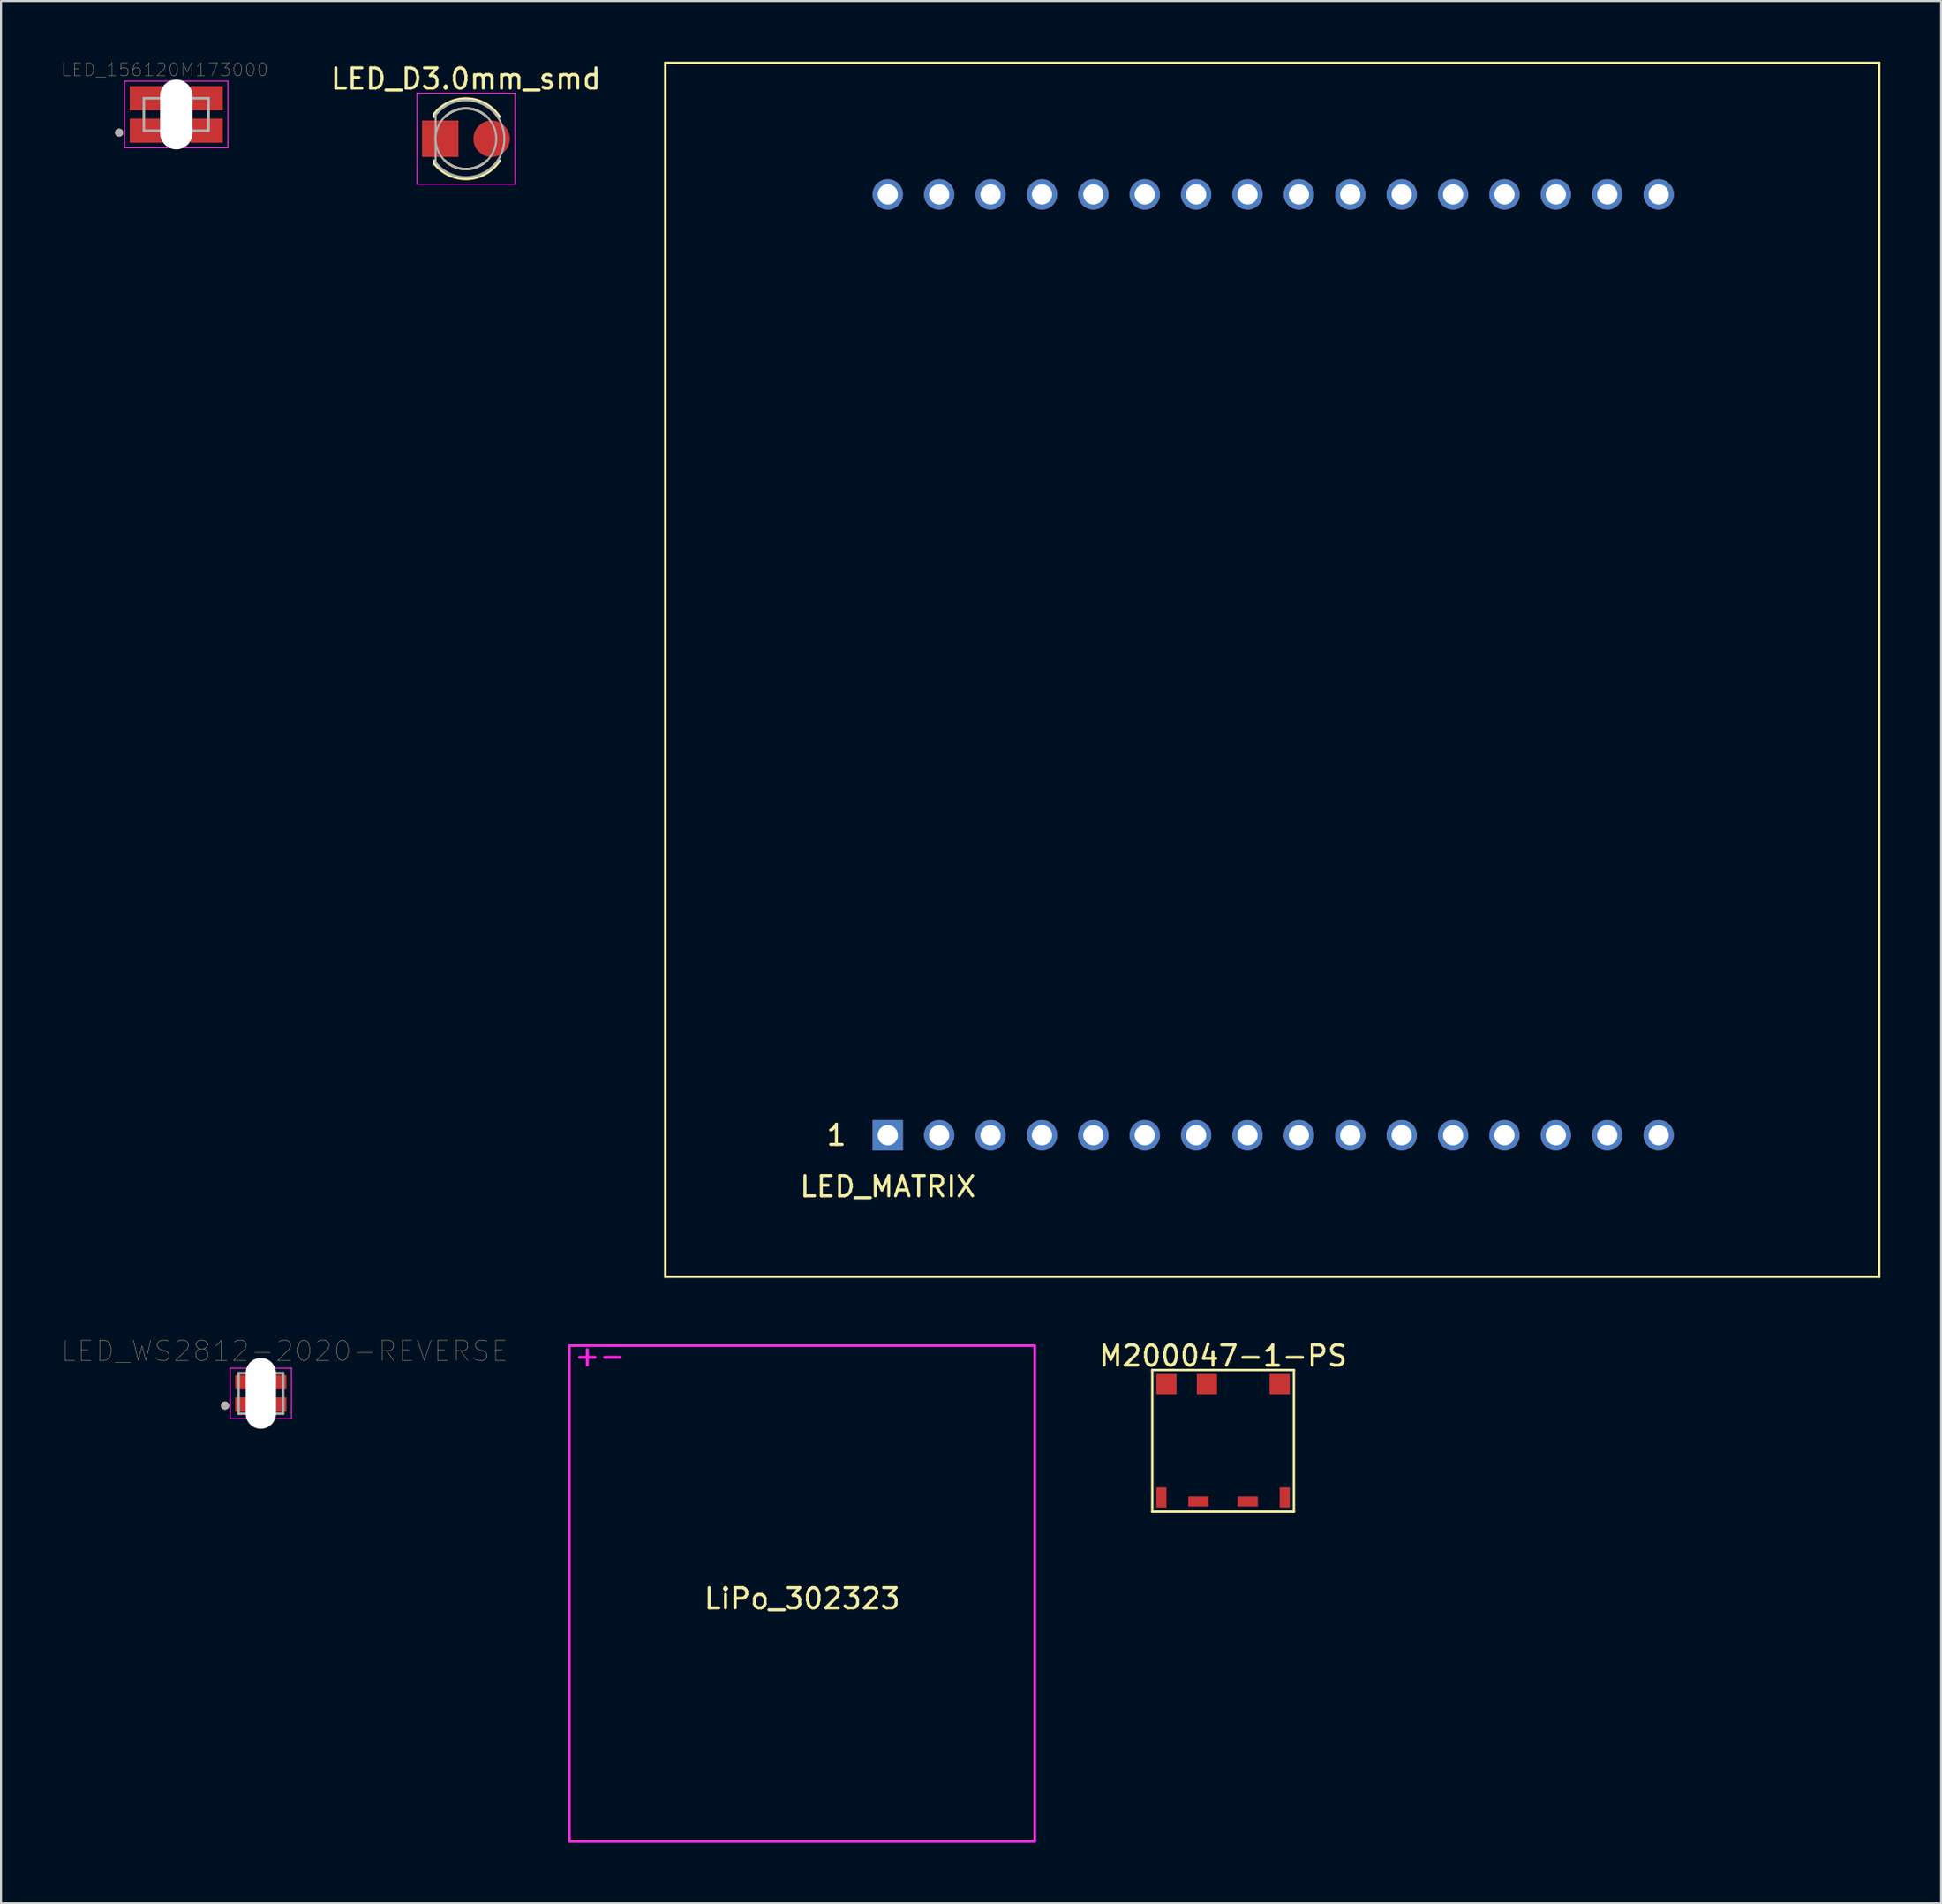
<source format=kicad_pcb>
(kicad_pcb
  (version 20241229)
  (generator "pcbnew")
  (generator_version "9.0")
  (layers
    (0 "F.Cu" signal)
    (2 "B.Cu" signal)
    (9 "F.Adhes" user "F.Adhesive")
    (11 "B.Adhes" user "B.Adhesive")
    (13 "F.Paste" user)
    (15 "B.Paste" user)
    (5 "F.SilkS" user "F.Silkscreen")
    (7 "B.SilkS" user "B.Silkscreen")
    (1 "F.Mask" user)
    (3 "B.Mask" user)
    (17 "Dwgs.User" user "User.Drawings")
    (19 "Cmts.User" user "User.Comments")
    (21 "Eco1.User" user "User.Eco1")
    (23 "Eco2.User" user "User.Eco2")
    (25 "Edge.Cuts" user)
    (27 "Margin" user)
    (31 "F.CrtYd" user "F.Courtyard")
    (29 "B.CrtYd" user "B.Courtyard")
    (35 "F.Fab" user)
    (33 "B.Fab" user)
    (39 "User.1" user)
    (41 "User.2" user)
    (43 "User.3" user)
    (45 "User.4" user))
  (footprint "LED_MATRIX"
    (layer "F.Cu")
    (at 40.831 53.06)
    (property "Reference" "LED_MATRIX" (at 0 2.54 0) (layer "F.SilkS") (effects (font (size 1 1) (thickness 0.15))))
    (attr through_hole)
    (fp_line (start -11 -53) (end -11 7) (stroke (width 0.12) (type solid)) (layer "F.SilkS"))
    (fp_line (start -11 7) (end 49 7) (stroke (width 0.12) (type solid)) (layer "F.SilkS"))
    (fp_line (start 49 -53) (end -11 -53) (stroke (width 0.12) (type solid)) (layer "F.SilkS"))
    (fp_line (start 49 7) (end 49 -53) (stroke (width 0.12) (type solid)) (layer "F.SilkS"))
    (fp_text user "1" (at -2.54 0 0) (layer "F.SilkS") (effects (font (size 1 1) (thickness 0.15))))
    (pad "1" thru_hole rect (at 0 0) (size 1.5 1.5) (drill 1) (layers "*.Cu" "*.Mask"))
    (pad "2" thru_hole circle (at 2.54 0) (size 1.5 1.5) (drill 1) (layers "*.Cu" "*.Mask"))
    (pad "3" thru_hole circle (at 5.08 0) (size 1.5 1.5) (drill 1) (layers "*.Cu" "*.Mask"))
    (pad "4" thru_hole circle (at 7.62 0) (size 1.5 1.5) (drill 1) (layers "*.Cu" "*.Mask"))
    (pad "5" thru_hole circle (at 10.16 0) (size 1.5 1.5) (drill 1) (layers "*.Cu" "*.Mask"))
    (pad "6" thru_hole circle (at 12.7 0) (size 1.5 1.5) (drill 1) (layers "*.Cu" "*.Mask"))
    (pad "7" thru_hole circle (at 15.24 0) (size 1.5 1.5) (drill 1) (layers "*.Cu" "*.Mask"))
    (pad "8" thru_hole circle (at 17.78 0) (size 1.5 1.5) (drill 1) (layers "*.Cu" "*.Mask"))
    (pad "9" thru_hole circle (at 20.32 0) (size 1.5 1.5) (drill 1) (layers "*.Cu" "*.Mask"))
    (pad "10" thru_hole circle (at 22.86 0) (size 1.5 1.5) (drill 1) (layers "*.Cu" "*.Mask"))
    (pad "11" thru_hole circle (at 25.4 0) (size 1.5 1.5) (drill 1) (layers "*.Cu" "*.Mask"))
    (pad "12" thru_hole circle (at 27.94 0) (size 1.5 1.5) (drill 1) (layers "*.Cu" "*.Mask"))
    (pad "13" thru_hole circle (at 30.48 0) (size 1.5 1.5) (drill 1) (layers "*.Cu" "*.Mask"))
    (pad "14" thru_hole circle (at 33.02 0) (size 1.5 1.5) (drill 1) (layers "*.Cu" "*.Mask"))
    (pad "15" thru_hole circle (at 35.56 0) (size 1.5 1.5) (drill 1) (layers "*.Cu" "*.Mask"))
    (pad "16" thru_hole circle (at 38.1 0) (size 1.5 1.5) (drill 1) (layers "*.Cu" "*.Mask"))
    (pad "17" thru_hole circle (at 0 -46.5) (size 1.5 1.5) (drill 1) (layers "*.Cu" "*.Mask"))
    (pad "18" thru_hole circle (at 2.54 -46.5) (size 1.5 1.5) (drill 1) (layers "*.Cu" "*.Mask"))
    (pad "19" thru_hole circle (at 5.08 -46.5) (size 1.5 1.5) (drill 1) (layers "*.Cu" "*.Mask"))
    (pad "20" thru_hole circle (at 7.62 -46.5) (size 1.5 1.5) (drill 1) (layers "*.Cu" "*.Mask"))
    (pad "21" thru_hole circle (at 10.16 -46.5) (size 1.5 1.5) (drill 1) (layers "*.Cu" "*.Mask"))
    (pad "22" thru_hole circle (at 12.7 -46.5) (size 1.5 1.5) (drill 1) (layers "*.Cu" "*.Mask"))
    (pad "23" thru_hole circle (at 15.24 -46.5) (size 1.5 1.5) (drill 1) (layers "*.Cu" "*.Mask"))
    (pad "24" thru_hole circle (at 17.78 -46.5) (size 1.5 1.5) (drill 1) (layers "*.Cu" "*.Mask"))
    (pad "25" thru_hole circle (at 20.32 -46.5) (size 1.5 1.5) (drill 1) (layers "*.Cu" "*.Mask"))
    (pad "26" thru_hole circle (at 22.86 -46.5) (size 1.5 1.5) (drill 1) (layers "*.Cu" "*.Mask"))
    (pad "27" thru_hole circle (at 25.4 -46.5) (size 1.5 1.5) (drill 1) (layers "*.Cu" "*.Mask"))
    (pad "28" thru_hole circle (at 27.94 -46.5) (size 1.5 1.5) (drill 1) (layers "*.Cu" "*.Mask"))
    (pad "29" thru_hole circle (at 30.48 -46.5) (size 1.5 1.5) (drill 1) (layers "*.Cu" "*.Mask"))
    (pad "30" thru_hole circle (at 33.02 -46.5) (size 1.5 1.5) (drill 1) (layers "*.Cu" "*.Mask"))
    (pad "31" thru_hole circle (at 35.56 -46.5) (size 1.5 1.5) (drill 1) (layers "*.Cu" "*.Mask"))
    (pad "32" thru_hole circle (at 38.1 -46.5) (size 1.5 1.5) (drill 1) (layers "*.Cu" "*.Mask")))
  (footprint "M200047-1-PS"
    (layer "F.Cu")
    (at 57.402 68.168)
    (property "Reference" "M200047-1-PS" (at 0 -4.2 180) (layer "F.SilkS") (effects (font (size 1 1) (thickness 0.15))))
    (attr through_hole)
    (fp_line (start -3.5 -3.5) (end -3.5 3.5) (stroke (width 0.12) (type solid)) (layer "F.SilkS"))
    (fp_line (start -3.5 3.5) (end 3.5 3.5) (stroke (width 0.12) (type solid)) (layer "F.SilkS"))
    (fp_line (start 3.5 -3.5) (end -3.5 -3.5) (stroke (width 0.12) (type solid)) (layer "F.SilkS"))
    (fp_line (start 3.5 3.5) (end 3.5 -3.5) (stroke (width 0.12) (type solid)) (layer "F.SilkS"))
    (pad "1" smd rect (at -2.8 -2.8) (size 1 1) (layers "F.Cu" "F.Mask" "F.Paste"))
    (pad "2" smd rect (at -3.05 2.8) (size 0.5 1) (layers "F.Cu" "F.Mask" "F.Paste"))
    (pad "3" smd rect (at -1.22 3) (size 1 0.5) (layers "F.Cu" "F.Mask" "F.Paste"))
    (pad "4" smd rect (at 1.22 3) (size 1 0.5) (layers "F.Cu" "F.Mask" "F.Paste"))
    (pad "5" smd rect (at 3.05 2.8) (size 0.5 1) (layers "F.Cu" "F.Mask" "F.Paste"))
    (pad "6" smd rect (at 2.8 -2.8) (size 1 1) (layers "F.Cu" "F.Mask" "F.Paste"))
    (pad "7" smd rect (at -0.8 -2.8) (size 1 1) (layers "F.Cu" "F.Mask" "F.Paste")))
  (footprint "LED_156120M173000"
    (layer "F.Cu")
    (at 5.662 2.607)
    (property "Reference" "LED_156120M173000" (at -0.568 -2.206 0) (layer "F.SilkS") (effects (font (size 0.64 0.64) (thickness 0.015))))
    (attr through_hole)
    (fp_circle (center -2.825 0.9) (end -2.725 0.9) (stroke (width 0.2) (type solid)) (fill no) (layer "F.SilkS"))
    (fp_line (start -2.55 -1.65) (end 2.55 -1.65) (stroke (width 0.05) (type solid)) (layer "F.CrtYd"))
    (fp_line (start -2.55 1.65) (end -2.55 -1.65) (stroke (width 0.05) (type solid)) (layer "F.CrtYd"))
    (fp_line (start 2.55 -1.65) (end 2.55 1.65) (stroke (width 0.05) (type solid)) (layer "F.CrtYd"))
    (fp_line (start 2.55 1.65) (end -2.55 1.65) (stroke (width 0.05) (type solid)) (layer "F.CrtYd"))
    (fp_line (start -1.6 -0.8) (end 1.6 -0.8) (stroke (width 0.127) (type solid)) (layer "F.Fab"))
    (fp_line (start -1.6 0.8) (end -1.6 -0.8) (stroke (width 0.127) (type solid)) (layer "F.Fab"))
    (fp_line (start 1.6 -0.8) (end 1.6 0.8) (stroke (width 0.127) (type solid)) (layer "F.Fab"))
    (fp_line (start 1.6 0.8) (end -1.6 0.8) (stroke (width 0.127) (type solid)) (layer "F.Fab"))
    (fp_circle (center -2.825 0.9) (end -2.725 0.9) (stroke (width 0.2) (type solid)) (fill no) (layer "F.Fab"))
    (pad "" np_thru_hole oval (at 0 0) (size 1.6 3.45) (drill oval 1.6 3.45) (layers "*.Cu" "*.Mask"))
    (pad "1" smd rect (at -1.5 0.8) (size 1.6 1.2) (layers "F.Cu" "F.Mask" "F.Paste"))
    (pad "2" smd rect (at -1.5 -0.8) (size 1.6 1.2) (layers "F.Cu" "F.Mask" "F.Paste"))
    (pad "3" smd rect (at 1.5 -0.8) (size 1.6 1.2) (layers "F.Cu" "F.Mask" "F.Paste"))
    (pad "4" smd rect (at 1.5 0.8) (size 1.6 1.2) (layers "F.Cu" "F.Mask" "F.Paste")))
  (footprint "LED_WS2812-2020-REVERSE"
    (layer "F.Cu")
    (at 9.842 65.823)
    (property "Reference" "LED_WS2812-2020-REVERSE" (at 1.177 -2.091 0) (layer "F.SilkS") (effects (font (size 1 1) (thickness 0.015))))
    (attr through_hole)
    (fp_circle (center -1.77 0.6) (end -1.667 0.6) (stroke (width 0.2) (type solid)) (fill no) (layer "F.SilkS"))
    (fp_line (start -1.515 -1.25) (end -1.515 1.25) (stroke (width 0.05) (type solid)) (layer "F.CrtYd"))
    (fp_line (start -1.515 1.25) (end 1.515 1.25) (stroke (width 0.05) (type solid)) (layer "F.CrtYd"))
    (fp_line (start 1.515 -1.25) (end -1.515 -1.25) (stroke (width 0.05) (type solid)) (layer "F.CrtYd"))
    (fp_line (start 1.515 1.25) (end 1.515 -1.25) (stroke (width 0.05) (type solid)) (layer "F.CrtYd"))
    (fp_line (start -1.1 -1) (end 1.1 -1) (stroke (width 0.127) (type solid)) (layer "F.Fab"))
    (fp_line (start -1.1 1) (end -1.1 -1) (stroke (width 0.127) (type solid)) (layer "F.Fab"))
    (fp_line (start 1.1 -1) (end 1.1 1) (stroke (width 0.127) (type solid)) (layer "F.Fab"))
    (fp_line (start 1.1 1) (end -1.1 1) (stroke (width 0.127) (type solid)) (layer "F.Fab"))
    (fp_circle (center -1.77 0.6) (end -1.667 0.6) (stroke (width 0.2) (type solid)) (fill no) (layer "F.Fab"))
    (pad "" np_thru_hole oval (at 0 0) (size 1.5 3.5) (drill oval 1.5 3.5) (layers "*.Cu" "*.Mask"))
    (pad "1" smd rect (at -0.915 0.55) (size 0.7 0.7) (layers "F.Cu" "F.Mask" "F.Paste"))
    (pad "2" smd rect (at -0.915 -0.55) (size 0.7 0.7) (layers "F.Cu" "F.Mask" "F.Paste"))
    (pad "3" smd rect (at 0.915 -0.55) (size 0.7 0.7) (layers "F.Cu" "F.Mask" "F.Paste"))
    (pad "4" smd rect (at 0.915 0.55) (size 0.7 0.7) (layers "F.Cu" "F.Mask" "F.Paste")))
  (footprint "LED_D3.0mm_smd"
    (layer "F.Cu")
    (at 18.709 3.808)
    (property "Reference" "LED_D3.0mm_smd" (at 1.27 -2.96 180) (layer "F.SilkS") (effects (font (size 1 1) (thickness 0.15))))
    (attr through_hole)
    (fp_line (start -0.29 -1.236) (end -0.29 -1.08) (stroke (width 0.12) (type solid)) (layer "F.SilkS"))
    (fp_line (start -0.29 1.08) (end -0.29 1.236) (stroke (width 0.12) (type solid)) (layer "F.SilkS"))
    (fp_arc (start -0.29 -1.235516) (mid 1.366487 -1.987659) (end 2.942335 -1.078608) (stroke (width 0.12) (type solid)) (layer "F.SilkS"))
    (fp_arc (start 0.229039 -1.08) (mid 1.270117 -1.5) (end 2.31113 -1.079837) (stroke (width 0.12) (type solid)) (layer "F.SilkS"))
    (fp_arc (start 2.31113 1.079837) (mid 1.270117 1.5) (end 0.229039 1.08) (stroke (width 0.12) (type solid)) (layer "F.SilkS"))
    (fp_arc (start 2.942335 1.078608) (mid 1.366487 1.987659) (end -0.29 1.235516) (stroke (width 0.12) (type solid)) (layer "F.SilkS"))
    (fp_line (start -1.15 -2.25) (end -1.15 2.25) (stroke (width 0.05) (type solid)) (layer "F.CrtYd"))
    (fp_line (start -1.15 2.25) (end 3.7 2.25) (stroke (width 0.05) (type solid)) (layer "F.CrtYd"))
    (fp_line (start 3.7 -2.25) (end -1.15 -2.25) (stroke (width 0.05) (type solid)) (layer "F.CrtYd"))
    (fp_line (start 3.7 2.25) (end 3.7 -2.25) (stroke (width 0.05) (type solid)) (layer "F.CrtYd"))
    (fp_line (start -0.23 -1.166) (end -0.23 1.166) (stroke (width 0.1) (type solid)) (layer "F.Fab"))
    (fp_arc (start -0.23 -1.16619) (mid 3.17 0.000452) (end -0.230555 1.165476) (stroke (width 0.1) (type solid)) (layer "F.Fab"))
    (fp_circle (center 1.27 0) (end 2.77 0) (stroke (width 0.1) (type solid)) (fill no) (layer "F.Fab"))
    (pad "1" smd rect (at 0 0) (size 1.8 1.8) (layers "F.Cu" "F.Mask" "F.Paste"))
    (pad "2" smd circle (at 2.54 0) (size 1.8 1.8) (layers "F.Cu" "F.Mask" "F.Paste")))
  (footprint "LiPo_302323"
    (layer "F.Cu")
    (at 36.598 75.468)
    (property "Reference" "LiPo_302323" (at 0 0.5 0) (layer "F.SilkS") (effects (font (size 1 1) (thickness 0.15))))
    (attr through_hole)
    (fp_line (start -11.5 -12) (end 11.5 -12) (stroke (width 0.12) (type solid)) (layer "F.CrtYd"))
    (fp_line (start -11.5 12.5) (end -11.5 -12) (stroke (width 0.12) (type solid)) (layer "F.CrtYd"))
    (fp_line (start 11.5 -12) (end 11.5 12.5) (stroke (width 0.12) (type solid)) (layer "F.CrtYd"))
    (fp_line (start 11.5 12.5) (end -11.5 12.5) (stroke (width 0.12) (type solid)) (layer "F.CrtYd"))
    (fp_line (start -11.5 -12) (end 11.5 -12) (stroke (width 0.12) (type solid)) (layer "F.Fab"))
    (fp_line (start -11.5 12.5) (end -11.5 -12) (stroke (width 0.12) (type solid)) (layer "F.Fab"))
    (fp_line (start 11.5 -12) (end 11.5 12.5) (stroke (width 0.12) (type solid)) (layer "F.Fab"))
    (fp_line (start 11.5 12.5) (end -11.5 12.5) (stroke (width 0.12) (type solid)) (layer "F.Fab"))
    (fp_text user "+-" (at -10 -11.5 0) (layer "F.CrtYd") (effects (font (size 1 1) (thickness 0.15)))))
  (gr_rect
    (start -3 -3)
    (end 92.891 91.028)
    (stroke (width 0.1) (type default))
    (fill no)
    (layer "Edge.Cuts")))
</source>
